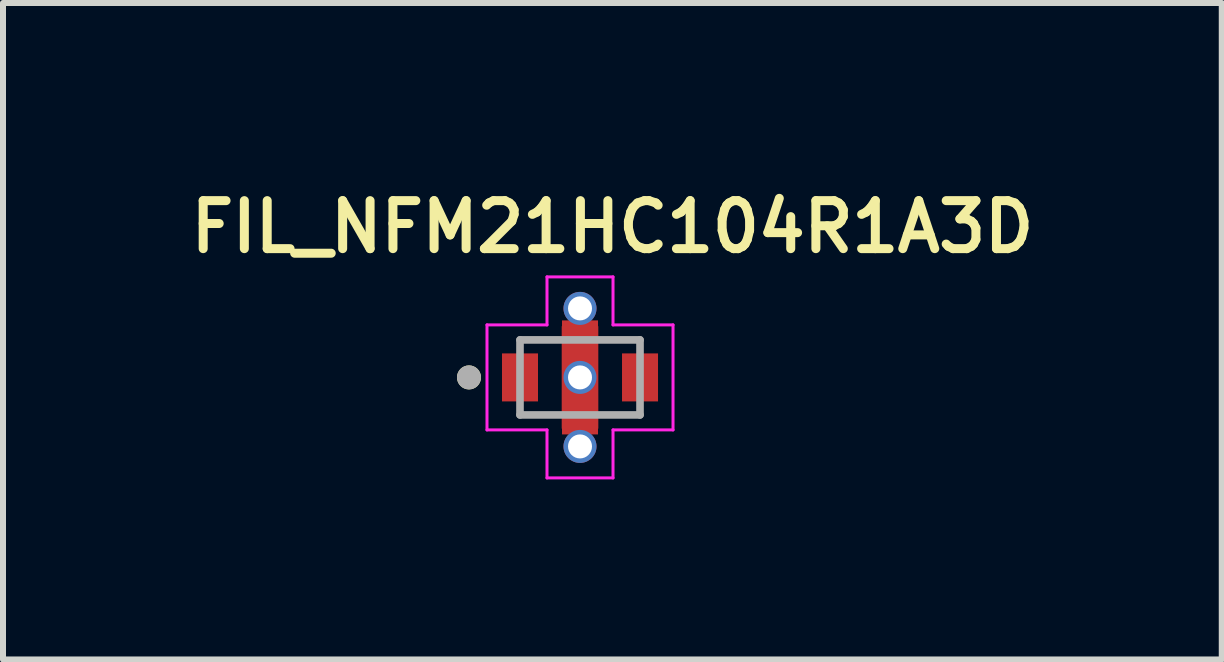
<source format=kicad_pcb>
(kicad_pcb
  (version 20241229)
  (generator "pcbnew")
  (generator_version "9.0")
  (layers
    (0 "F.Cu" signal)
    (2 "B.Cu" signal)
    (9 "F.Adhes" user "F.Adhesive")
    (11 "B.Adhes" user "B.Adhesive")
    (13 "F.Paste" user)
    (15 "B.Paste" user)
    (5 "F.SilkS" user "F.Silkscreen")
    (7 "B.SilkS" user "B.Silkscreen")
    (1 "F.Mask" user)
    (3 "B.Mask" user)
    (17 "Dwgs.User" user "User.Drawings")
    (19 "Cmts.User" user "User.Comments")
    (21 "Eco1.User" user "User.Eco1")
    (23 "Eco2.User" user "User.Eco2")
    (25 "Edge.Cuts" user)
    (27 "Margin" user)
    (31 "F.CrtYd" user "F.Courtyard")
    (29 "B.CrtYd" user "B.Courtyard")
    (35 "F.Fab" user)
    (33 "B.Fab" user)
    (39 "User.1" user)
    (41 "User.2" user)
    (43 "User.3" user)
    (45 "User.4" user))
  (footprint "FIL_NFM21HC104R1A3D"
    (layer "F.Cu")
    (at 6.615 3.239)
    (property "Reference" "FIL_NFM21HC104R1A3D" (at 0.54 -2.508 0) (layer "F.SilkS") (effects (font (size 0.8 0.8) (thickness 0.15))))
    (attr smd)
    (fp_poly (pts (xy -1.3 -0.4) (xy -0.7 -0.4) (xy -0.7 0.4) (xy -1.3 0.4)) (stroke (width 0.01) (type solid)) (fill yes) (layer "F.Mask"))
    (fp_poly (pts (xy -0.3 -0.95) (xy 0.3 -0.95) (xy 0.3 -0.3) (xy -0.3 -0.3)) (stroke (width 0.01) (type solid)) (fill yes) (layer "F.Mask"))
    (fp_poly (pts (xy -0.3 0.3) (xy 0.3 0.3) (xy 0.3 0.95) (xy -0.3 0.95)) (stroke (width 0.01) (type solid)) (fill yes) (layer "F.Mask"))
    (fp_poly (pts (xy 0.7 -0.4) (xy 1.3 -0.4) (xy 1.3 0.4) (xy 0.7 0.4)) (stroke (width 0.01) (type solid)) (fill yes) (layer "F.Mask"))
    (fp_circle (center -1.85 0) (end -1.75 0) (stroke (width 0.2) (type solid)) (fill no) (layer "F.SilkS"))
    (fp_line (start -1.55 -0.875) (end -0.55 -0.875) (stroke (width 0.05) (type solid)) (layer "F.CrtYd"))
    (fp_line (start -1.55 0.875) (end -1.55 -0.875) (stroke (width 0.05) (type solid)) (layer "F.CrtYd"))
    (fp_line (start -0.55 -1.675) (end 0.55 -1.675) (stroke (width 0.05) (type solid)) (layer "F.CrtYd"))
    (fp_line (start -0.55 -0.875) (end -0.55 -1.675) (stroke (width 0.05) (type solid)) (layer "F.CrtYd"))
    (fp_line (start -0.55 0.875) (end -1.55 0.875) (stroke (width 0.05) (type solid)) (layer "F.CrtYd"))
    (fp_line (start -0.55 1.675) (end -0.55 0.875) (stroke (width 0.05) (type solid)) (layer "F.CrtYd"))
    (fp_line (start 0.55 -1.675) (end 0.55 -0.875) (stroke (width 0.05) (type solid)) (layer "F.CrtYd"))
    (fp_line (start 0.55 -0.875) (end 1.55 -0.875) (stroke (width 0.05) (type solid)) (layer "F.CrtYd"))
    (fp_line (start 0.55 0.875) (end 0.55 1.675) (stroke (width 0.05) (type solid)) (layer "F.CrtYd"))
    (fp_line (start 0.55 1.675) (end -0.55 1.675) (stroke (width 0.05) (type solid)) (layer "F.CrtYd"))
    (fp_line (start 1.55 -0.875) (end 1.55 0.875) (stroke (width 0.05) (type solid)) (layer "F.CrtYd"))
    (fp_line (start 1.55 0.875) (end 0.55 0.875) (stroke (width 0.05) (type solid)) (layer "F.CrtYd"))
    (fp_line (start -1 -0.625) (end -1 0.625) (stroke (width 0.127) (type solid)) (layer "F.Fab"))
    (fp_line (start -1 0.625) (end 1 0.625) (stroke (width 0.127) (type solid)) (layer "F.Fab"))
    (fp_line (start 1 -0.625) (end -1 -0.625) (stroke (width 0.127) (type solid)) (layer "F.Fab"))
    (fp_line (start 1 0.625) (end 1 -0.625) (stroke (width 0.127) (type solid)) (layer "F.Fab"))
    (fp_circle (center -1.85 0) (end -1.75 0) (stroke (width 0.2) (type solid)) (fill no) (layer "F.Fab"))
    (pad "1" smd rect (at -1 0) (size 0.6 0.8) (layers "F.Cu" "F.Paste"))
    (pad "2" smd custom (at 0 -0.625) (size 0.6 0.65) (layers "F.Cu" "F.Paste") (options (anchor rect)) (primitives (gr_poly (pts (xy -0.3 -0.225) (xy 0.3 -0.225) (xy 0.3 1.475) (xy -0.3 1.475)) (width 0.01) (fill yes))))
    (pad "2_1" smd rect (at 0 0.625) (size 0.6 0.65) (layers "F.Cu" "F.Paste"))
    (pad "2_2" thru_hole circle (at 0 -1.15) (size 0.55 0.55) (drill 0.4) (layers "*.Cu"))
    (pad "2_3" thru_hole circle (at 0 0) (size 0.55 0.55) (drill 0.4) (layers "*.Cu"))
    (pad "2_4" thru_hole circle (at 0 1.15) (size 0.55 0.55) (drill 0.4) (layers "*.Cu"))
    (pad "3" smd rect (at 1 0) (size 0.6 0.8) (layers "F.Cu" "F.Paste")))
  (gr_rect
    (start -3 -3)
    (end 17.309 7.939)
    (stroke (width 0.1) (type default))
    (fill no)
    (layer "Edge.Cuts")))
</source>
